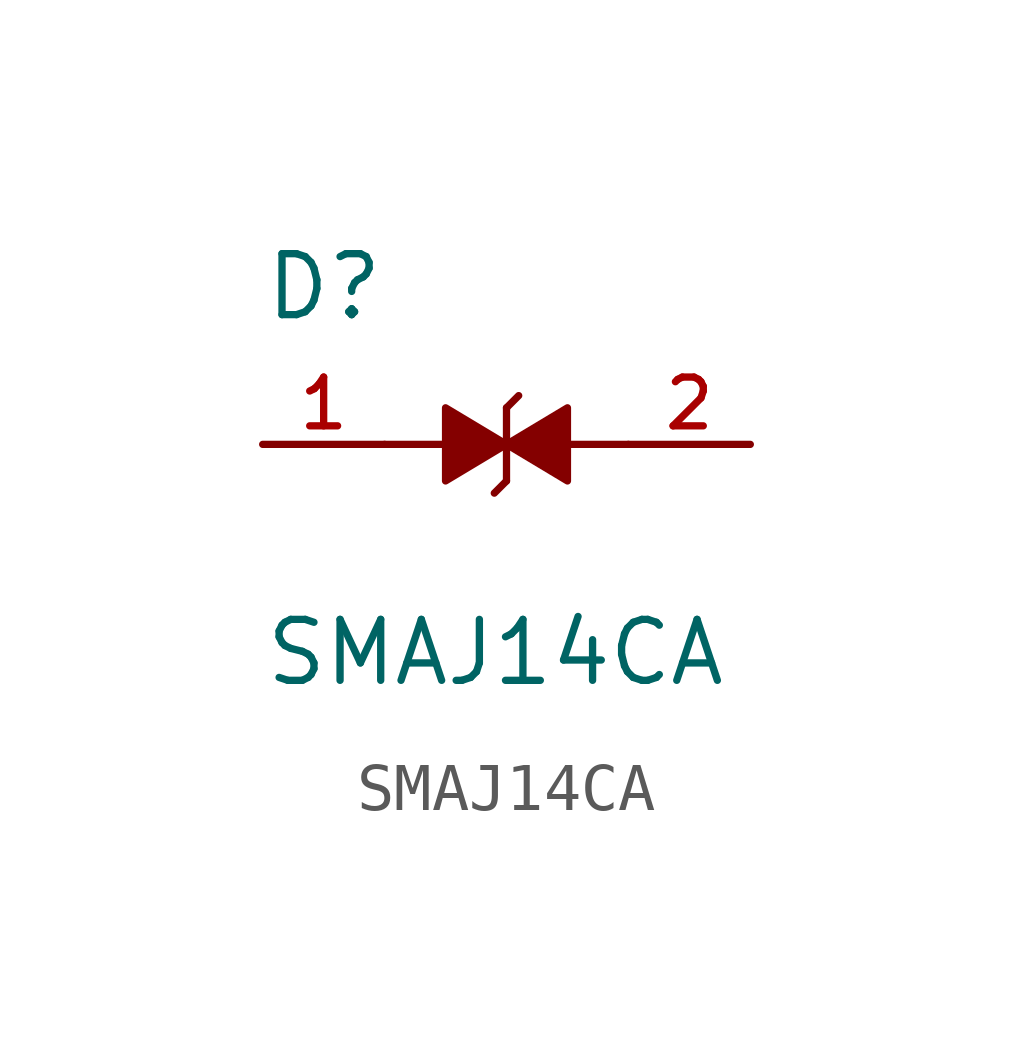
<source format=kicad_sym>
(kicad_symbol_lib
  (version 20211014)
  (generator kicad_symbol_editor)
  (symbol "SMAJ14CA"
    (pin_names
      (offset 1.016))
    (property "Reference" "D"
      (at -5.08 2.54 0)
      (effects (font (size 1.27 1.27)) (justify bottom left)))
    (property "Value" "SMAJ14CA"
      (at -5.08 -5.08 0)
      (effects (font (size 1.27 1.27)) (justify bottom left)))
    (symbol "SMAJ14CA_0_0"
      (polyline (pts (xy 0.0 0.0) (xy -1.27 -0.762) (xy -1.27 0.762) (xy 0.0 0.0)) (stroke (width 0.152)) (fill (type outline)))
      (polyline (pts (xy 0.0 -0.762) (xy 0.0 0.762)) (stroke (width 0.152)))
      (polyline (pts (xy 0.0 0.0) (xy 1.27 0.762) (xy 1.27 -0.762) (xy 0.0 0.0)) (stroke (width 0.152)) (fill (type outline)))
      (polyline (pts (xy 0.0 -0.762) (xy -0.254 -1.016)) (stroke (width 0.152)))
      (polyline (pts (xy 0.0 0.762) (xy 0.254 1.016)) (stroke (width 0.152)))
      (polyline (pts (xy 1.27 0.0) (xy 2.54 0.0)) (stroke (width 0.152)))
      (polyline (pts (xy -1.27 0.0) (xy -2.54 0.0)) (stroke (width 0.152)))
      (pin passive line (at -5.08 0.0 0) (length 2.54) (name "~" (effects (font (size 1.016 1.016)))) (number "1" (effects (font (size 1.016 1.016)))))
      (pin passive line (at 5.08 0.0 180.0) (length 2.54) (name "~" (effects (font (size 1.016 1.016)))) (number "2" (effects (font (size 1.016 1.016))))))))
</source>
